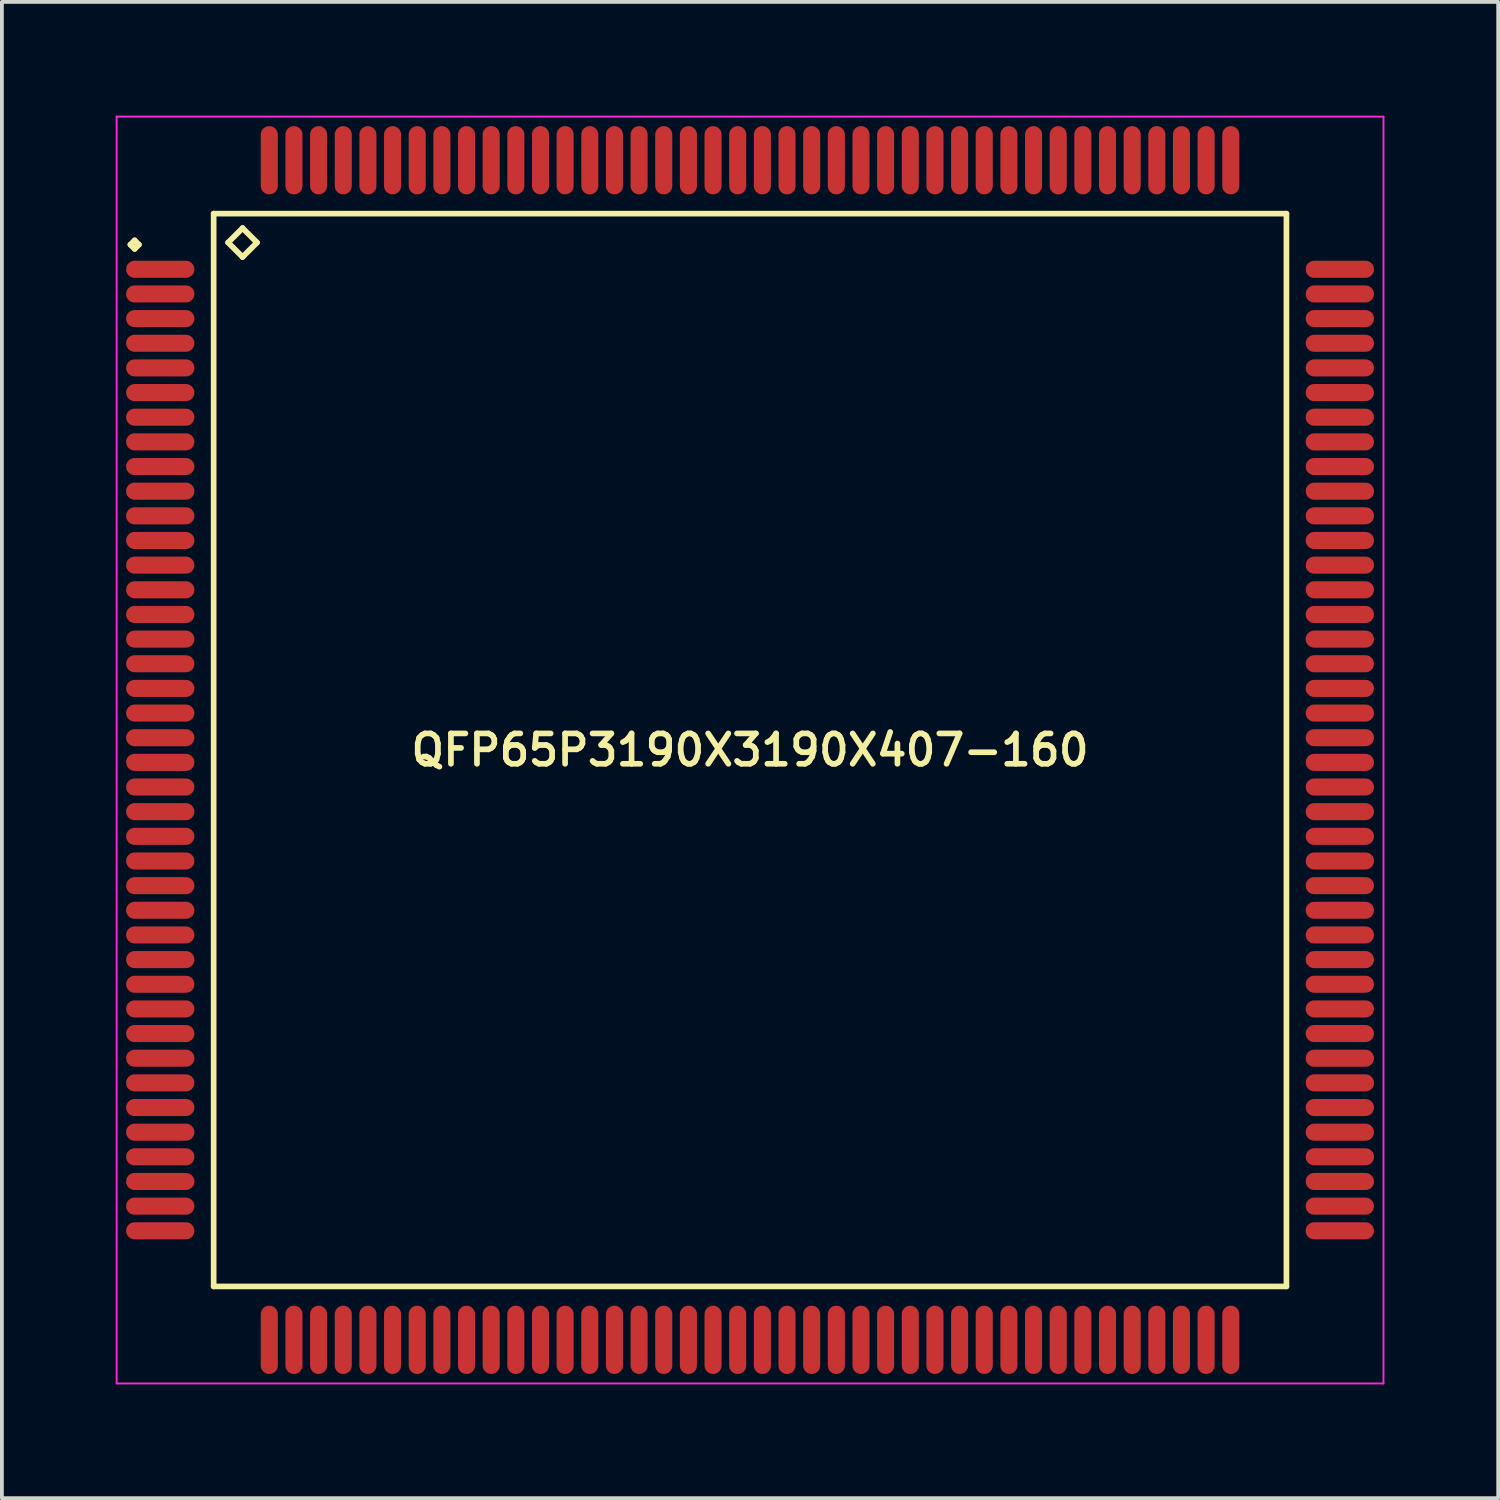
<source format=kicad_pcb>
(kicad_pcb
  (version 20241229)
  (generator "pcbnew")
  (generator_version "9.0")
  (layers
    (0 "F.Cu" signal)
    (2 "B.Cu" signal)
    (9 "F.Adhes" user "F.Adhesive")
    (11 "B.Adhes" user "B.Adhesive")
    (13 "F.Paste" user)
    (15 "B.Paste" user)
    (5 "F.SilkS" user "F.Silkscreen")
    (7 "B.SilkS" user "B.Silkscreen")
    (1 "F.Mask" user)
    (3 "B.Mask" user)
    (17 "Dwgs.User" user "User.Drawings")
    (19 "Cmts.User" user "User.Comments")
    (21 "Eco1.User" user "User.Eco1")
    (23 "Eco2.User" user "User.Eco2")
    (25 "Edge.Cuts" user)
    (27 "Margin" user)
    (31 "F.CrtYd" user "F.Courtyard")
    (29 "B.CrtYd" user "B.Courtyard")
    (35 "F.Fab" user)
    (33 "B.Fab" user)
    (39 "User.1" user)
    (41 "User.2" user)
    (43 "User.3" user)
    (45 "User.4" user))
  (footprint "QFP65P3190X3190X407-160"
    (layer "F.Cu")
    (at 16.725 16.725)
    (property "Reference" "QFP65P3190X3190X407-160" (at 0 0 0) (layer "F.SilkS") (effects (font (size 0.8 0.8) (thickness 0.15))))
    (attr smd)
    (fp_line (start -16.337 -13.325) (end -16.225 -13.438) (stroke (width 0.15) (type solid)) (layer "F.SilkS"))
    (fp_line (start -16.225 -13.438) (end -16.113 -13.325) (stroke (width 0.15) (type solid)) (layer "F.SilkS"))
    (fp_line (start -16.225 -13.213) (end -16.337 -13.325) (stroke (width 0.15) (type solid)) (layer "F.SilkS"))
    (fp_line (start -16.113 -13.325) (end -16.225 -13.213) (stroke (width 0.15) (type solid)) (layer "F.SilkS"))
    (fp_line (start -14.142 -14.142) (end -14.142 14.142) (stroke (width 0.15) (type solid)) (layer "F.SilkS"))
    (fp_line (start -14.142 14.142) (end 14.142 14.142) (stroke (width 0.15) (type solid)) (layer "F.SilkS"))
    (fp_line (start -13.761 -13.38) (end -13.38 -13.761) (stroke (width 0.15) (type solid)) (layer "F.SilkS"))
    (fp_line (start -13.38 -13.761) (end -12.999 -13.38) (stroke (width 0.15) (type solid)) (layer "F.SilkS"))
    (fp_line (start -13.38 -12.999) (end -13.761 -13.38) (stroke (width 0.15) (type solid)) (layer "F.SilkS"))
    (fp_line (start -12.999 -13.38) (end -13.38 -12.999) (stroke (width 0.15) (type solid)) (layer "F.SilkS"))
    (fp_line (start 14.142 -14.142) (end -14.142 -14.142) (stroke (width 0.15) (type solid)) (layer "F.SilkS"))
    (fp_line (start 14.142 14.142) (end 14.142 -14.142) (stroke (width 0.15) (type solid)) (layer "F.SilkS"))
    (fp_line (start -16.7 -16.7) (end 16.7 -16.7) (stroke (width 0.05) (type solid)) (layer "F.CrtYd"))
    (fp_line (start -16.7 16.7) (end -16.7 -16.7) (stroke (width 0.05) (type solid)) (layer "F.CrtYd"))
    (fp_line (start 16.7 -16.7) (end 16.7 16.7) (stroke (width 0.05) (type solid)) (layer "F.CrtYd"))
    (fp_line (start 16.7 16.7) (end -16.7 16.7) (stroke (width 0.05) (type solid)) (layer "F.CrtYd"))
    (pad "1" smd oval (at -15.55 -12.675) (size 1.8 0.45) (layers "F.Cu" "F.Mask" "F.Paste"))
    (pad "2" smd oval (at -15.55 -12.025) (size 1.8 0.45) (layers "F.Cu" "F.Mask" "F.Paste"))
    (pad "3" smd oval (at -15.55 -11.375) (size 1.8 0.45) (layers "F.Cu" "F.Mask" "F.Paste"))
    (pad "4" smd oval (at -15.55 -10.725) (size 1.8 0.45) (layers "F.Cu" "F.Mask" "F.Paste"))
    (pad "5" smd oval (at -15.55 -10.075) (size 1.8 0.45) (layers "F.Cu" "F.Mask" "F.Paste"))
    (pad "6" smd oval (at -15.55 -9.425) (size 1.8 0.45) (layers "F.Cu" "F.Mask" "F.Paste"))
    (pad "7" smd oval (at -15.55 -8.775) (size 1.8 0.45) (layers "F.Cu" "F.Mask" "F.Paste"))
    (pad "8" smd oval (at -15.55 -8.125) (size 1.8 0.45) (layers "F.Cu" "F.Mask" "F.Paste"))
    (pad "9" smd oval (at -15.55 -7.475) (size 1.8 0.45) (layers "F.Cu" "F.Mask" "F.Paste"))
    (pad "10" smd oval (at -15.55 -6.825) (size 1.8 0.45) (layers "F.Cu" "F.Mask" "F.Paste"))
    (pad "11" smd oval (at -15.55 -6.175) (size 1.8 0.45) (layers "F.Cu" "F.Mask" "F.Paste"))
    (pad "12" smd oval (at -15.55 -5.525) (size 1.8 0.45) (layers "F.Cu" "F.Mask" "F.Paste"))
    (pad "13" smd oval (at -15.55 -4.875) (size 1.8 0.45) (layers "F.Cu" "F.Mask" "F.Paste"))
    (pad "14" smd oval (at -15.55 -4.225) (size 1.8 0.45) (layers "F.Cu" "F.Mask" "F.Paste"))
    (pad "15" smd oval (at -15.55 -3.575) (size 1.8 0.45) (layers "F.Cu" "F.Mask" "F.Paste"))
    (pad "16" smd oval (at -15.55 -2.925) (size 1.8 0.45) (layers "F.Cu" "F.Mask" "F.Paste"))
    (pad "17" smd oval (at -15.55 -2.275) (size 1.8 0.45) (layers "F.Cu" "F.Mask" "F.Paste"))
    (pad "18" smd oval (at -15.55 -1.625) (size 1.8 0.45) (layers "F.Cu" "F.Mask" "F.Paste"))
    (pad "19" smd oval (at -15.55 -0.975) (size 1.8 0.45) (layers "F.Cu" "F.Mask" "F.Paste"))
    (pad "20" smd oval (at -15.55 -0.325) (size 1.8 0.45) (layers "F.Cu" "F.Mask" "F.Paste"))
    (pad "21" smd oval (at -15.55 0.325) (size 1.8 0.45) (layers "F.Cu" "F.Mask" "F.Paste"))
    (pad "22" smd oval (at -15.55 0.975) (size 1.8 0.45) (layers "F.Cu" "F.Mask" "F.Paste"))
    (pad "23" smd oval (at -15.55 1.625) (size 1.8 0.45) (layers "F.Cu" "F.Mask" "F.Paste"))
    (pad "24" smd oval (at -15.55 2.275) (size 1.8 0.45) (layers "F.Cu" "F.Mask" "F.Paste"))
    (pad "25" smd oval (at -15.55 2.925) (size 1.8 0.45) (layers "F.Cu" "F.Mask" "F.Paste"))
    (pad "26" smd oval (at -15.55 3.575) (size 1.8 0.45) (layers "F.Cu" "F.Mask" "F.Paste"))
    (pad "27" smd oval (at -15.55 4.225) (size 1.8 0.45) (layers "F.Cu" "F.Mask" "F.Paste"))
    (pad "28" smd oval (at -15.55 4.875) (size 1.8 0.45) (layers "F.Cu" "F.Mask" "F.Paste"))
    (pad "29" smd oval (at -15.55 5.525) (size 1.8 0.45) (layers "F.Cu" "F.Mask" "F.Paste"))
    (pad "30" smd oval (at -15.55 6.175) (size 1.8 0.45) (layers "F.Cu" "F.Mask" "F.Paste"))
    (pad "31" smd oval (at -15.55 6.825) (size 1.8 0.45) (layers "F.Cu" "F.Mask" "F.Paste"))
    (pad "32" smd oval (at -15.55 7.475) (size 1.8 0.45) (layers "F.Cu" "F.Mask" "F.Paste"))
    (pad "33" smd oval (at -15.55 8.125) (size 1.8 0.45) (layers "F.Cu" "F.Mask" "F.Paste"))
    (pad "34" smd oval (at -15.55 8.775) (size 1.8 0.45) (layers "F.Cu" "F.Mask" "F.Paste"))
    (pad "35" smd oval (at -15.55 9.425) (size 1.8 0.45) (layers "F.Cu" "F.Mask" "F.Paste"))
    (pad "36" smd oval (at -15.55 10.075) (size 1.8 0.45) (layers "F.Cu" "F.Mask" "F.Paste"))
    (pad "37" smd oval (at -15.55 10.725) (size 1.8 0.45) (layers "F.Cu" "F.Mask" "F.Paste"))
    (pad "38" smd oval (at -15.55 11.375) (size 1.8 0.45) (layers "F.Cu" "F.Mask" "F.Paste"))
    (pad "39" smd oval (at -15.55 12.025) (size 1.8 0.45) (layers "F.Cu" "F.Mask" "F.Paste"))
    (pad "40" smd oval (at -15.55 12.675) (size 1.8 0.45) (layers "F.Cu" "F.Mask" "F.Paste"))
    (pad "41" smd oval (at -12.675 15.55) (size 0.45 1.8) (layers "F.Cu" "F.Mask" "F.Paste"))
    (pad "42" smd oval (at -12.025 15.55) (size 0.45 1.8) (layers "F.Cu" "F.Mask" "F.Paste"))
    (pad "43" smd oval (at -11.375 15.55) (size 0.45 1.8) (layers "F.Cu" "F.Mask" "F.Paste"))
    (pad "44" smd oval (at -10.725 15.55) (size 0.45 1.8) (layers "F.Cu" "F.Mask" "F.Paste"))
    (pad "45" smd oval (at -10.075 15.55) (size 0.45 1.8) (layers "F.Cu" "F.Mask" "F.Paste"))
    (pad "46" smd oval (at -9.425 15.55) (size 0.45 1.8) (layers "F.Cu" "F.Mask" "F.Paste"))
    (pad "47" smd oval (at -8.775 15.55) (size 0.45 1.8) (layers "F.Cu" "F.Mask" "F.Paste"))
    (pad "48" smd oval (at -8.125 15.55) (size 0.45 1.8) (layers "F.Cu" "F.Mask" "F.Paste"))
    (pad "49" smd oval (at -7.475 15.55) (size 0.45 1.8) (layers "F.Cu" "F.Mask" "F.Paste"))
    (pad "50" smd oval (at -6.825 15.55) (size 0.45 1.8) (layers "F.Cu" "F.Mask" "F.Paste"))
    (pad "51" smd oval (at -6.175 15.55) (size 0.45 1.8) (layers "F.Cu" "F.Mask" "F.Paste"))
    (pad "52" smd oval (at -5.525 15.55) (size 0.45 1.8) (layers "F.Cu" "F.Mask" "F.Paste"))
    (pad "53" smd oval (at -4.875 15.55) (size 0.45 1.8) (layers "F.Cu" "F.Mask" "F.Paste"))
    (pad "54" smd oval (at -4.225 15.55) (size 0.45 1.8) (layers "F.Cu" "F.Mask" "F.Paste"))
    (pad "55" smd oval (at -3.575 15.55) (size 0.45 1.8) (layers "F.Cu" "F.Mask" "F.Paste"))
    (pad "56" smd oval (at -2.925 15.55) (size 0.45 1.8) (layers "F.Cu" "F.Mask" "F.Paste"))
    (pad "57" smd oval (at -2.275 15.55) (size 0.45 1.8) (layers "F.Cu" "F.Mask" "F.Paste"))
    (pad "58" smd oval (at -1.625 15.55) (size 0.45 1.8) (layers "F.Cu" "F.Mask" "F.Paste"))
    (pad "59" smd oval (at -0.975 15.55) (size 0.45 1.8) (layers "F.Cu" "F.Mask" "F.Paste"))
    (pad "60" smd oval (at -0.325 15.55) (size 0.45 1.8) (layers "F.Cu" "F.Mask" "F.Paste"))
    (pad "61" smd oval (at 0.325 15.55) (size 0.45 1.8) (layers "F.Cu" "F.Mask" "F.Paste"))
    (pad "62" smd oval (at 0.975 15.55) (size 0.45 1.8) (layers "F.Cu" "F.Mask" "F.Paste"))
    (pad "63" smd oval (at 1.625 15.55) (size 0.45 1.8) (layers "F.Cu" "F.Mask" "F.Paste"))
    (pad "64" smd oval (at 2.275 15.55) (size 0.45 1.8) (layers "F.Cu" "F.Mask" "F.Paste"))
    (pad "65" smd oval (at 2.925 15.55) (size 0.45 1.8) (layers "F.Cu" "F.Mask" "F.Paste"))
    (pad "66" smd oval (at 3.575 15.55) (size 0.45 1.8) (layers "F.Cu" "F.Mask" "F.Paste"))
    (pad "67" smd oval (at 4.225 15.55) (size 0.45 1.8) (layers "F.Cu" "F.Mask" "F.Paste"))
    (pad "68" smd oval (at 4.875 15.55) (size 0.45 1.8) (layers "F.Cu" "F.Mask" "F.Paste"))
    (pad "69" smd oval (at 5.525 15.55) (size 0.45 1.8) (layers "F.Cu" "F.Mask" "F.Paste"))
    (pad "70" smd oval (at 6.175 15.55) (size 0.45 1.8) (layers "F.Cu" "F.Mask" "F.Paste"))
    (pad "71" smd oval (at 6.825 15.55) (size 0.45 1.8) (layers "F.Cu" "F.Mask" "F.Paste"))
    (pad "72" smd oval (at 7.475 15.55) (size 0.45 1.8) (layers "F.Cu" "F.Mask" "F.Paste"))
    (pad "73" smd oval (at 8.125 15.55) (size 0.45 1.8) (layers "F.Cu" "F.Mask" "F.Paste"))
    (pad "74" smd oval (at 8.775 15.55) (size 0.45 1.8) (layers "F.Cu" "F.Mask" "F.Paste"))
    (pad "75" smd oval (at 9.425 15.55) (size 0.45 1.8) (layers "F.Cu" "F.Mask" "F.Paste"))
    (pad "76" smd oval (at 10.075 15.55) (size 0.45 1.8) (layers "F.Cu" "F.Mask" "F.Paste"))
    (pad "77" smd oval (at 10.725 15.55) (size 0.45 1.8) (layers "F.Cu" "F.Mask" "F.Paste"))
    (pad "78" smd oval (at 11.375 15.55) (size 0.45 1.8) (layers "F.Cu" "F.Mask" "F.Paste"))
    (pad "79" smd oval (at 12.025 15.55) (size 0.45 1.8) (layers "F.Cu" "F.Mask" "F.Paste"))
    (pad "80" smd oval (at 12.675 15.55) (size 0.45 1.8) (layers "F.Cu" "F.Mask" "F.Paste"))
    (pad "81" smd oval (at 15.55 12.675) (size 1.8 0.45) (layers "F.Cu" "F.Mask" "F.Paste"))
    (pad "82" smd oval (at 15.55 12.025) (size 1.8 0.45) (layers "F.Cu" "F.Mask" "F.Paste"))
    (pad "83" smd oval (at 15.55 11.375) (size 1.8 0.45) (layers "F.Cu" "F.Mask" "F.Paste"))
    (pad "84" smd oval (at 15.55 10.725) (size 1.8 0.45) (layers "F.Cu" "F.Mask" "F.Paste"))
    (pad "85" smd oval (at 15.55 10.075) (size 1.8 0.45) (layers "F.Cu" "F.Mask" "F.Paste"))
    (pad "86" smd oval (at 15.55 9.425) (size 1.8 0.45) (layers "F.Cu" "F.Mask" "F.Paste"))
    (pad "87" smd oval (at 15.55 8.775) (size 1.8 0.45) (layers "F.Cu" "F.Mask" "F.Paste"))
    (pad "88" smd oval (at 15.55 8.125) (size 1.8 0.45) (layers "F.Cu" "F.Mask" "F.Paste"))
    (pad "89" smd oval (at 15.55 7.475) (size 1.8 0.45) (layers "F.Cu" "F.Mask" "F.Paste"))
    (pad "90" smd oval (at 15.55 6.825) (size 1.8 0.45) (layers "F.Cu" "F.Mask" "F.Paste"))
    (pad "91" smd oval (at 15.55 6.175) (size 1.8 0.45) (layers "F.Cu" "F.Mask" "F.Paste"))
    (pad "92" smd oval (at 15.55 5.525) (size 1.8 0.45) (layers "F.Cu" "F.Mask" "F.Paste"))
    (pad "93" smd oval (at 15.55 4.875) (size 1.8 0.45) (layers "F.Cu" "F.Mask" "F.Paste"))
    (pad "94" smd oval (at 15.55 4.225) (size 1.8 0.45) (layers "F.Cu" "F.Mask" "F.Paste"))
    (pad "95" smd oval (at 15.55 3.575) (size 1.8 0.45) (layers "F.Cu" "F.Mask" "F.Paste"))
    (pad "96" smd oval (at 15.55 2.925) (size 1.8 0.45) (layers "F.Cu" "F.Mask" "F.Paste"))
    (pad "97" smd oval (at 15.55 2.275) (size 1.8 0.45) (layers "F.Cu" "F.Mask" "F.Paste"))
    (pad "98" smd oval (at 15.55 1.625) (size 1.8 0.45) (layers "F.Cu" "F.Mask" "F.Paste"))
    (pad "99" smd oval (at 15.55 0.975) (size 1.8 0.45) (layers "F.Cu" "F.Mask" "F.Paste"))
    (pad "100" smd oval (at 15.55 0.325) (size 1.8 0.45) (layers "F.Cu" "F.Mask" "F.Paste"))
    (pad "101" smd oval (at 15.55 -0.325) (size 1.8 0.45) (layers "F.Cu" "F.Mask" "F.Paste"))
    (pad "102" smd oval (at 15.55 -0.975) (size 1.8 0.45) (layers "F.Cu" "F.Mask" "F.Paste"))
    (pad "103" smd oval (at 15.55 -1.625) (size 1.8 0.45) (layers "F.Cu" "F.Mask" "F.Paste"))
    (pad "104" smd oval (at 15.55 -2.275) (size 1.8 0.45) (layers "F.Cu" "F.Mask" "F.Paste"))
    (pad "105" smd oval (at 15.55 -2.925) (size 1.8 0.45) (layers "F.Cu" "F.Mask" "F.Paste"))
    (pad "106" smd oval (at 15.55 -3.575) (size 1.8 0.45) (layers "F.Cu" "F.Mask" "F.Paste"))
    (pad "107" smd oval (at 15.55 -4.225) (size 1.8 0.45) (layers "F.Cu" "F.Mask" "F.Paste"))
    (pad "108" smd oval (at 15.55 -4.875) (size 1.8 0.45) (layers "F.Cu" "F.Mask" "F.Paste"))
    (pad "109" smd oval (at 15.55 -5.525) (size 1.8 0.45) (layers "F.Cu" "F.Mask" "F.Paste"))
    (pad "110" smd oval (at 15.55 -6.175) (size 1.8 0.45) (layers "F.Cu" "F.Mask" "F.Paste"))
    (pad "111" smd oval (at 15.55 -6.825) (size 1.8 0.45) (layers "F.Cu" "F.Mask" "F.Paste"))
    (pad "112" smd oval (at 15.55 -7.475) (size 1.8 0.45) (layers "F.Cu" "F.Mask" "F.Paste"))
    (pad "113" smd oval (at 15.55 -8.125) (size 1.8 0.45) (layers "F.Cu" "F.Mask" "F.Paste"))
    (pad "114" smd oval (at 15.55 -8.775) (size 1.8 0.45) (layers "F.Cu" "F.Mask" "F.Paste"))
    (pad "115" smd oval (at 15.55 -9.425) (size 1.8 0.45) (layers "F.Cu" "F.Mask" "F.Paste"))
    (pad "116" smd oval (at 15.55 -10.075) (size 1.8 0.45) (layers "F.Cu" "F.Mask" "F.Paste"))
    (pad "117" smd oval (at 15.55 -10.725) (size 1.8 0.45) (layers "F.Cu" "F.Mask" "F.Paste"))
    (pad "118" smd oval (at 15.55 -11.375) (size 1.8 0.45) (layers "F.Cu" "F.Mask" "F.Paste"))
    (pad "119" smd oval (at 15.55 -12.025) (size 1.8 0.45) (layers "F.Cu" "F.Mask" "F.Paste"))
    (pad "120" smd oval (at 15.55 -12.675) (size 1.8 0.45) (layers "F.Cu" "F.Mask" "F.Paste"))
    (pad "121" smd oval (at 12.675 -15.55) (size 0.45 1.8) (layers "F.Cu" "F.Mask" "F.Paste"))
    (pad "122" smd oval (at 12.025 -15.55) (size 0.45 1.8) (layers "F.Cu" "F.Mask" "F.Paste"))
    (pad "123" smd oval (at 11.375 -15.55) (size 0.45 1.8) (layers "F.Cu" "F.Mask" "F.Paste"))
    (pad "124" smd oval (at 10.725 -15.55) (size 0.45 1.8) (layers "F.Cu" "F.Mask" "F.Paste"))
    (pad "125" smd oval (at 10.075 -15.55) (size 0.45 1.8) (layers "F.Cu" "F.Mask" "F.Paste"))
    (pad "126" smd oval (at 9.425 -15.55) (size 0.45 1.8) (layers "F.Cu" "F.Mask" "F.Paste"))
    (pad "127" smd oval (at 8.775 -15.55) (size 0.45 1.8) (layers "F.Cu" "F.Mask" "F.Paste"))
    (pad "128" smd oval (at 8.125 -15.55) (size 0.45 1.8) (layers "F.Cu" "F.Mask" "F.Paste"))
    (pad "129" smd oval (at 7.475 -15.55) (size 0.45 1.8) (layers "F.Cu" "F.Mask" "F.Paste"))
    (pad "130" smd oval (at 6.825 -15.55) (size 0.45 1.8) (layers "F.Cu" "F.Mask" "F.Paste"))
    (pad "131" smd oval (at 6.175 -15.55) (size 0.45 1.8) (layers "F.Cu" "F.Mask" "F.Paste"))
    (pad "132" smd oval (at 5.525 -15.55) (size 0.45 1.8) (layers "F.Cu" "F.Mask" "F.Paste"))
    (pad "133" smd oval (at 4.875 -15.55) (size 0.45 1.8) (layers "F.Cu" "F.Mask" "F.Paste"))
    (pad "134" smd oval (at 4.225 -15.55) (size 0.45 1.8) (layers "F.Cu" "F.Mask" "F.Paste"))
    (pad "135" smd oval (at 3.575 -15.55) (size 0.45 1.8) (layers "F.Cu" "F.Mask" "F.Paste"))
    (pad "136" smd oval (at 2.925 -15.55) (size 0.45 1.8) (layers "F.Cu" "F.Mask" "F.Paste"))
    (pad "137" smd oval (at 2.275 -15.55) (size 0.45 1.8) (layers "F.Cu" "F.Mask" "F.Paste"))
    (pad "138" smd oval (at 1.625 -15.55) (size 0.45 1.8) (layers "F.Cu" "F.Mask" "F.Paste"))
    (pad "139" smd oval (at 0.975 -15.55) (size 0.45 1.8) (layers "F.Cu" "F.Mask" "F.Paste"))
    (pad "140" smd oval (at 0.325 -15.55) (size 0.45 1.8) (layers "F.Cu" "F.Mask" "F.Paste"))
    (pad "141" smd oval (at -0.325 -15.55) (size 0.45 1.8) (layers "F.Cu" "F.Mask" "F.Paste"))
    (pad "142" smd oval (at -0.975 -15.55) (size 0.45 1.8) (layers "F.Cu" "F.Mask" "F.Paste"))
    (pad "143" smd oval (at -1.625 -15.55) (size 0.45 1.8) (layers "F.Cu" "F.Mask" "F.Paste"))
    (pad "144" smd oval (at -2.275 -15.55) (size 0.45 1.8) (layers "F.Cu" "F.Mask" "F.Paste"))
    (pad "145" smd oval (at -2.925 -15.55) (size 0.45 1.8) (layers "F.Cu" "F.Mask" "F.Paste"))
    (pad "146" smd oval (at -3.575 -15.55) (size 0.45 1.8) (layers "F.Cu" "F.Mask" "F.Paste"))
    (pad "147" smd oval (at -4.225 -15.55) (size 0.45 1.8) (layers "F.Cu" "F.Mask" "F.Paste"))
    (pad "148" smd oval (at -4.875 -15.55) (size 0.45 1.8) (layers "F.Cu" "F.Mask" "F.Paste"))
    (pad "149" smd oval (at -5.525 -15.55) (size 0.45 1.8) (layers "F.Cu" "F.Mask" "F.Paste"))
    (pad "150" smd oval (at -6.175 -15.55) (size 0.45 1.8) (layers "F.Cu" "F.Mask" "F.Paste"))
    (pad "151" smd oval (at -6.825 -15.55) (size 0.45 1.8) (layers "F.Cu" "F.Mask" "F.Paste"))
    (pad "152" smd oval (at -7.475 -15.55) (size 0.45 1.8) (layers "F.Cu" "F.Mask" "F.Paste"))
    (pad "153" smd oval (at -8.125 -15.55) (size 0.45 1.8) (layers "F.Cu" "F.Mask" "F.Paste"))
    (pad "154" smd oval (at -8.775 -15.55) (size 0.45 1.8) (layers "F.Cu" "F.Mask" "F.Paste"))
    (pad "155" smd oval (at -9.425 -15.55) (size 0.45 1.8) (layers "F.Cu" "F.Mask" "F.Paste"))
    (pad "156" smd oval (at -10.075 -15.55) (size 0.45 1.8) (layers "F.Cu" "F.Mask" "F.Paste"))
    (pad "157" smd oval (at -10.725 -15.55) (size 0.45 1.8) (layers "F.Cu" "F.Mask" "F.Paste"))
    (pad "158" smd oval (at -11.375 -15.55) (size 0.45 1.8) (layers "F.Cu" "F.Mask" "F.Paste"))
    (pad "159" smd oval (at -12.025 -15.55) (size 0.45 1.8) (layers "F.Cu" "F.Mask" "F.Paste"))
    (pad "160" smd oval (at -12.675 -15.55) (size 0.45 1.8) (layers "F.Cu" "F.Mask" "F.Paste")))
  (gr_rect
    (start -3 -3)
    (end 36.45 36.45)
    (stroke (width 0.1) (type default))
    (fill no)
    (layer "Edge.Cuts")))
</source>
